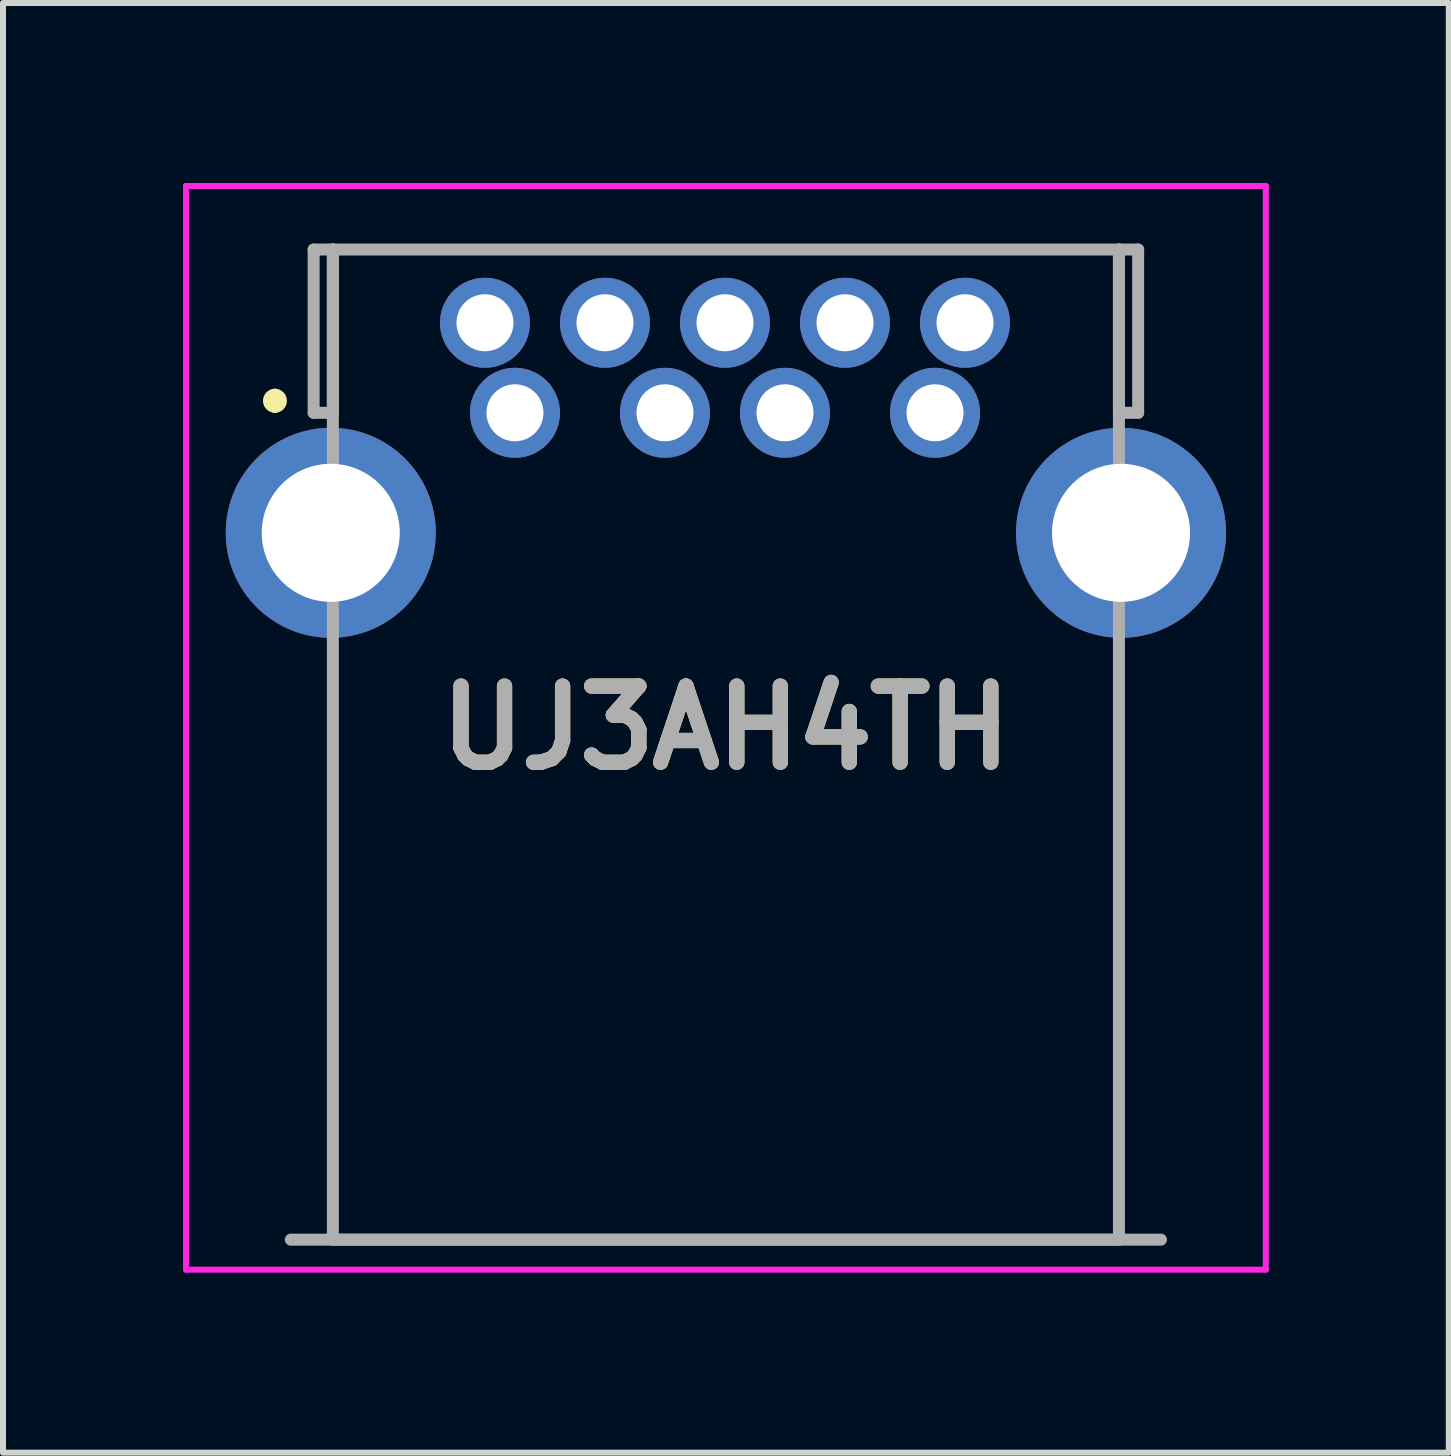
<source format=kicad_pcb>
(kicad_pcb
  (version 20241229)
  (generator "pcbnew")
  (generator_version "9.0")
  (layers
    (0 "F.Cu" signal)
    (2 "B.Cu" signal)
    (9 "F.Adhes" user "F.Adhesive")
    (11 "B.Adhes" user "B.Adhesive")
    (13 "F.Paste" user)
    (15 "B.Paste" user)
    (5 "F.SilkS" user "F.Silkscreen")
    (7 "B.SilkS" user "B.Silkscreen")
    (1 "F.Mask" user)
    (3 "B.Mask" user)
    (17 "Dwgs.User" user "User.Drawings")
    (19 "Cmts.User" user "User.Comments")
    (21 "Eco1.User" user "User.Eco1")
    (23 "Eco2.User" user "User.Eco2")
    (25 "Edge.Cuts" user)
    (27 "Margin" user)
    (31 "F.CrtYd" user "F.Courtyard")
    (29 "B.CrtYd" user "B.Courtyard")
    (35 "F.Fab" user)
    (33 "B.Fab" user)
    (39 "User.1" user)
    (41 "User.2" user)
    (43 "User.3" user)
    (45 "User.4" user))
  (footprint "UJ3AH4TH"
    (layer "F.Cu")
    (at 5.532 3.829)
    (property "Reference" "UJ3AH4TH" (at 3.515 5.25 0) (layer "F.SilkS") (effects (font (size 1.27 1.27) (thickness 0.254))))
    (attr through_hole)
    (fp_line (start -4 -0.3) (end -4 -0.3) (stroke (width 0.2) (type solid)) (layer "F.SilkS"))
    (fp_line (start -4 -0.1) (end -4 -0.1) (stroke (width 0.2) (type solid)) (layer "F.SilkS"))
    (fp_line (start -3.035 -2.72) (end -3.035 -0.5) (stroke (width 0.1) (type solid)) (layer "F.SilkS"))
    (fp_line (start -3.035 4.5) (end -3.035 13.78) (stroke (width 0.1) (type solid)) (layer "F.SilkS"))
    (fp_line (start -3.035 13.78) (end 10.065 13.78) (stroke (width 0.1) (type solid)) (layer "F.SilkS"))
    (fp_line (start -2 -2.72) (end -3.035 -2.72) (stroke (width 0.1) (type solid)) (layer "F.SilkS"))
    (fp_line (start -2 -2.72) (end 9.2 -2.72) (stroke (width 0.1) (type solid)) (layer "F.SilkS"))
    (fp_line (start 9 -2.72) (end 10.065 -2.72) (stroke (width 0.1) (type solid)) (layer "F.SilkS"))
    (fp_line (start 10.065 -2.72) (end 10.065 -0.5) (stroke (width 0.1) (type solid)) (layer "F.SilkS"))
    (fp_line (start 10.065 13.78) (end 10.065 4.5) (stroke (width 0.1) (type solid)) (layer "F.SilkS"))
    (fp_arc (start -4 -0.3) (mid -3.9 -0.2) (end -4 -0.1) (stroke (width 0.2) (type solid)) (layer "F.SilkS"))
    (fp_arc (start -4 -0.1) (mid -4.1 -0.2) (end -4 -0.3) (stroke (width 0.2) (type solid)) (layer "F.SilkS"))
    (fp_line (start -5.482 -3.779) (end 12.512 -3.779) (stroke (width 0.1) (type solid)) (layer "F.CrtYd"))
    (fp_line (start -5.482 14.28) (end -5.482 -3.779) (stroke (width 0.1) (type solid)) (layer "F.CrtYd"))
    (fp_line (start 12.512 -3.779) (end 12.512 14.28) (stroke (width 0.1) (type solid)) (layer "F.CrtYd"))
    (fp_line (start 12.512 14.28) (end -5.482 14.28) (stroke (width 0.1) (type solid)) (layer "F.CrtYd"))
    (fp_line (start -3.735 13.78) (end 10.765 13.78) (stroke (width 0.2) (type solid)) (layer "F.Fab"))
    (fp_line (start -3.355 -2.72) (end -3.035 -2.72) (stroke (width 0.2) (type solid)) (layer "F.Fab"))
    (fp_line (start -3.355 0) (end -3.355 -2.72) (stroke (width 0.2) (type solid)) (layer "F.Fab"))
    (fp_line (start -3.035 -2.72) (end -3.035 0) (stroke (width 0.2) (type solid)) (layer "F.Fab"))
    (fp_line (start -3.035 -2.72) (end 10.065 -2.72) (stroke (width 0.2) (type solid)) (layer "F.Fab"))
    (fp_line (start -3.035 0) (end -3.355 0) (stroke (width 0.2) (type solid)) (layer "F.Fab"))
    (fp_line (start -3.035 13.78) (end -3.035 -2.72) (stroke (width 0.2) (type solid)) (layer "F.Fab"))
    (fp_line (start 10.065 -2.72) (end 10.065 0) (stroke (width 0.2) (type solid)) (layer "F.Fab"))
    (fp_line (start 10.065 -2.72) (end 10.065 13.78) (stroke (width 0.2) (type solid)) (layer "F.Fab"))
    (fp_line (start 10.065 0) (end 10.385 0) (stroke (width 0.2) (type solid)) (layer "F.Fab"))
    (fp_line (start 10.065 13.78) (end -3.035 13.78) (stroke (width 0.2) (type solid)) (layer "F.Fab"))
    (fp_line (start 10.385 -2.72) (end 10.065 -2.72) (stroke (width 0.2) (type solid)) (layer "F.Fab"))
    (fp_line (start 10.385 0) (end 10.385 -2.72) (stroke (width 0.2) (type solid)) (layer "F.Fab"))
    (fp_text user "${REFERENCE}" (at 3.515 5.25 0) (layer "F.Fab") (effects (font (size 1.27 1.27) (thickness 0.254))))
    (pad "1" thru_hole circle (at 0 0) (size 1.5 1.5) (drill 0.95) (layers "*.Cu" "*.Mask"))
    (pad "2" thru_hole circle (at 2.5 0) (size 1.5 1.5) (drill 0.95) (layers "*.Cu" "*.Mask"))
    (pad "3" thru_hole circle (at 4.5 0) (size 1.5 1.5) (drill 0.95) (layers "*.Cu" "*.Mask"))
    (pad "4" thru_hole circle (at 7 0) (size 1.5 1.5) (drill 0.95) (layers "*.Cu" "*.Mask"))
    (pad "5" thru_hole circle (at 7.5 -1.5) (size 1.5 1.5) (drill 0.95) (layers "*.Cu" "*.Mask"))
    (pad "6" thru_hole circle (at 5.5 -1.5) (size 1.5 1.5) (drill 0.95) (layers "*.Cu" "*.Mask"))
    (pad "7" thru_hole circle (at 3.5 -1.5) (size 1.5 1.5) (drill 0.95) (layers "*.Cu" "*.Mask"))
    (pad "8" thru_hole circle (at 1.5 -1.5) (size 1.5 1.5) (drill 0.95) (layers "*.Cu" "*.Mask"))
    (pad "9" thru_hole circle (at -0.5 -1.5) (size 1.5 1.5) (drill 0.95) (layers "*.Cu" "*.Mask"))
    (pad "MH1" thru_hole circle (at -3.07 2) (size 3.5 3.5) (drill 2.3) (layers "*.Cu" "*.Mask"))
    (pad "MH2" thru_hole circle (at 10.1 2) (size 3.5 3.5) (drill 2.3) (layers "*.Cu" "*.Mask")))
  (gr_rect
    (start -3 -3)
    (end 21.094 21.159)
    (stroke (width 0.1) (type default))
    (fill no)
    (layer "Edge.Cuts")))
</source>
